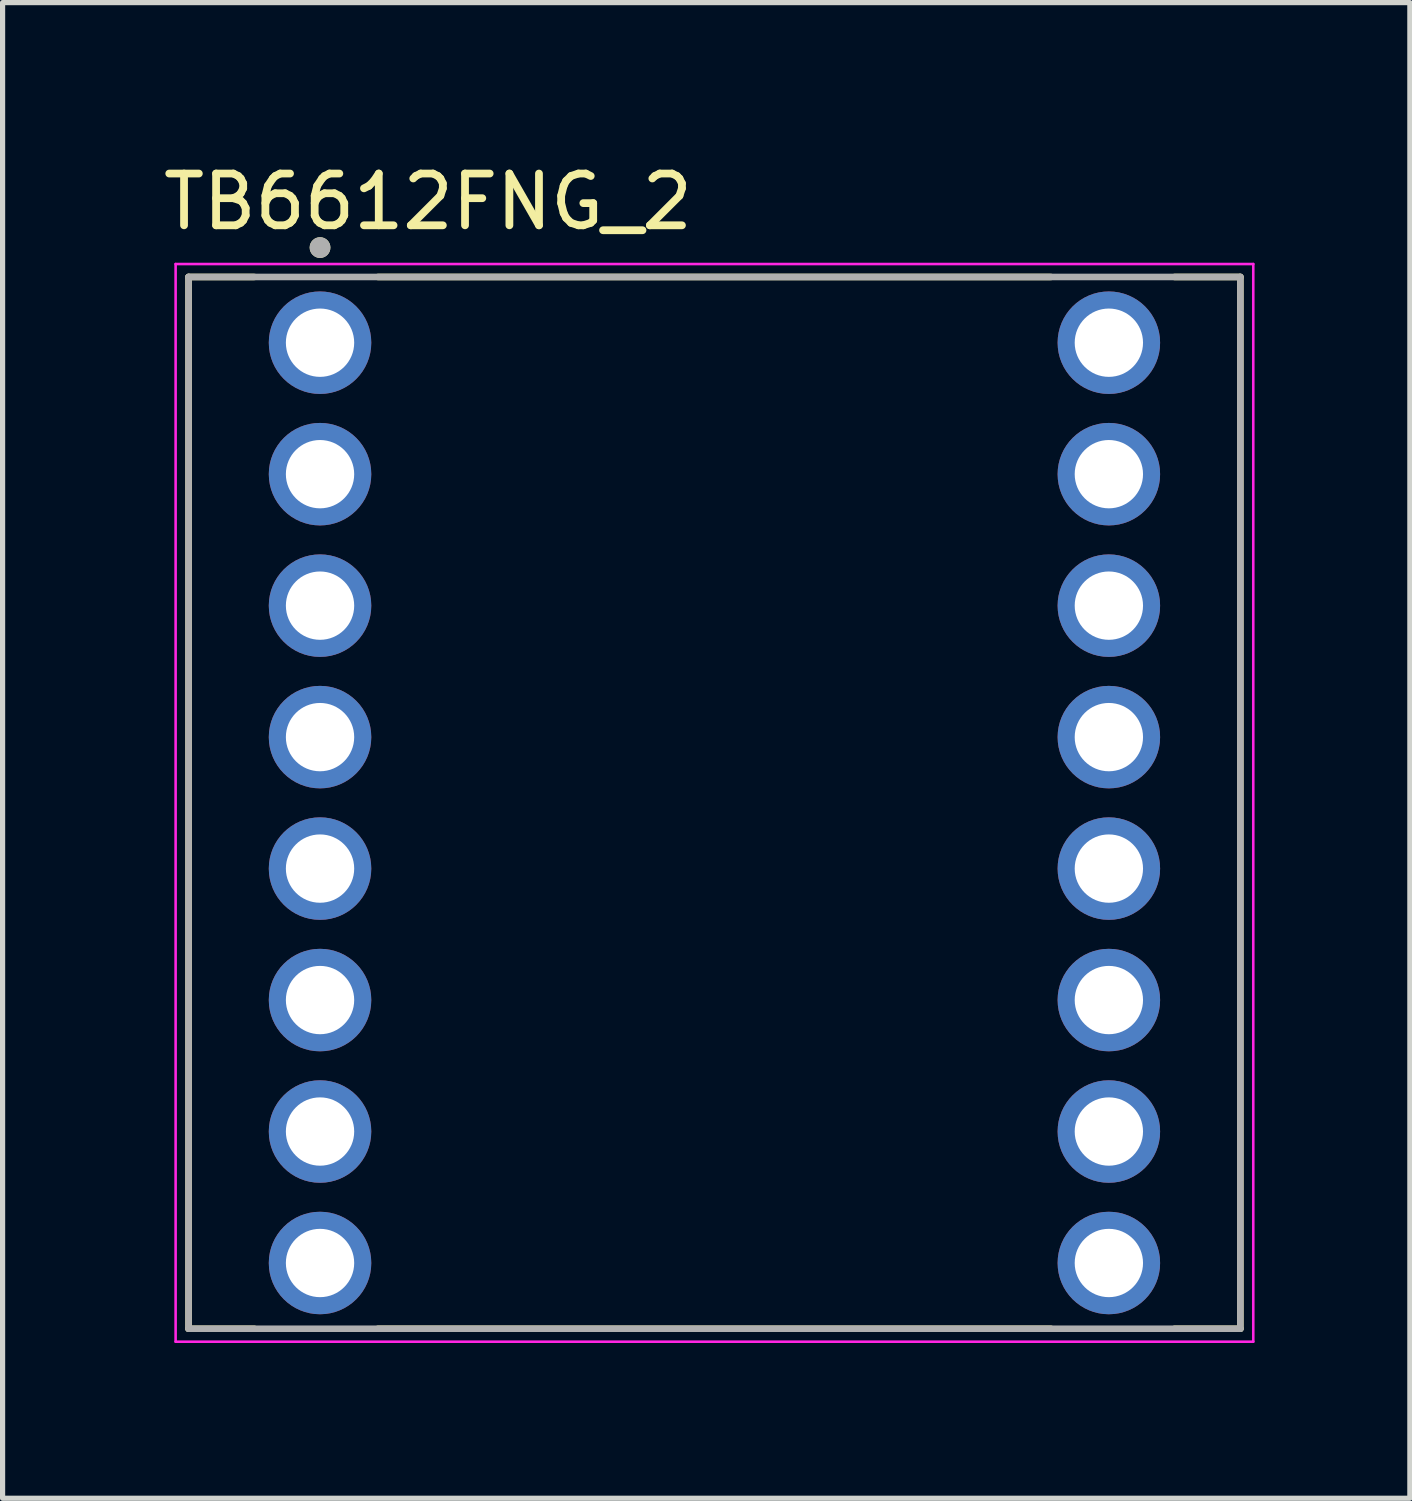
<source format=kicad_pcb>
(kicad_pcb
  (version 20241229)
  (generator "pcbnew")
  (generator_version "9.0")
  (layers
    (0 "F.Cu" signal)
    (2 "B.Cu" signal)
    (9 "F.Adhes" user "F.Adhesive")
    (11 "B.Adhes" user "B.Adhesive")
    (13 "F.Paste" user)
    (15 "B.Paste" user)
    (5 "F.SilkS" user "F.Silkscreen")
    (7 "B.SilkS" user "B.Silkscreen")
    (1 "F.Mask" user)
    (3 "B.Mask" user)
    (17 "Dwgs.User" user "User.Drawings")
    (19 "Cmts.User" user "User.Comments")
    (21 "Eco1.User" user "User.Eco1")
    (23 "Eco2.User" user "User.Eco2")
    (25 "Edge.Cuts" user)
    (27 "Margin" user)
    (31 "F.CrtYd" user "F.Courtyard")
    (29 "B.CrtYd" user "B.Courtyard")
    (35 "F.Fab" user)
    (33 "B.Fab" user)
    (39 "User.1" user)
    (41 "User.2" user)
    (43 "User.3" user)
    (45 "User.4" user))
  (footprint "TB6612FNG_2"
    (layer "F.Cu")
    (at 10.753 12.461)
    (property "Reference" "TB6612FNG_2" (at -5.533 -11.613 0) (layer "F.SilkS") (effects (font (size 1 1) (thickness 0.15))))
    (attr through_hole)
    (fp_line (start -10.16 -10.16) (end -10.16 10.16) (stroke (width 0.127) (type solid)) (layer "F.SilkS"))
    (fp_line (start -8.89 -10.16) (end -10.16 -10.16) (stroke (width 0.127) (type solid)) (layer "F.SilkS"))
    (fp_line (start -8.89 10.16) (end -10.16 10.16) (stroke (width 0.127) (type solid)) (layer "F.SilkS"))
    (fp_line (start -6.5 -10.16) (end 6.5 -10.16) (stroke (width 0.127) (type solid)) (layer "F.SilkS"))
    (fp_line (start -6.5 10.16) (end 6.5 10.16) (stroke (width 0.127) (type solid)) (layer "F.SilkS"))
    (fp_line (start 8.89 -10.16) (end 10.16 -10.16) (stroke (width 0.127) (type solid)) (layer "F.SilkS"))
    (fp_line (start 8.89 10.16) (end 10.16 10.16) (stroke (width 0.127) (type solid)) (layer "F.SilkS"))
    (fp_line (start 10.16 10.16) (end 10.16 -10.16) (stroke (width 0.127) (type solid)) (layer "F.SilkS"))
    (fp_circle (center -7.62 -10.728) (end -7.52 -10.728) (stroke (width 0.2) (type solid)) (fill no) (layer "F.SilkS"))
    (fp_line (start -10.41 -10.41) (end -10.41 10.41) (stroke (width 0.05) (type solid)) (layer "F.CrtYd"))
    (fp_line (start -10.41 10.41) (end 10.41 10.41) (stroke (width 0.05) (type solid)) (layer "F.CrtYd"))
    (fp_line (start 10.41 -10.41) (end -10.41 -10.41) (stroke (width 0.05) (type solid)) (layer "F.CrtYd"))
    (fp_line (start 10.41 10.41) (end 10.41 -10.41) (stroke (width 0.05) (type solid)) (layer "F.CrtYd"))
    (fp_line (start -10.16 -10.16) (end -10.16 10.16) (stroke (width 0.127) (type solid)) (layer "F.Fab"))
    (fp_line (start -10.16 10.16) (end 10.16 10.16) (stroke (width 0.127) (type solid)) (layer "F.Fab"))
    (fp_line (start 10.16 -10.16) (end -10.16 -10.16) (stroke (width 0.127) (type solid)) (layer "F.Fab"))
    (fp_line (start 10.16 10.16) (end 10.16 -10.16) (stroke (width 0.127) (type solid)) (layer "F.Fab"))
    (fp_circle (center -7.62 -10.728) (end -7.52 -10.728) (stroke (width 0.2) (type solid)) (fill no) (layer "F.Fab"))
    (pad "1" thru_hole circle (at -7.62 -8.89) (size 1.98 1.98) (drill 1.32) (layers "*.Cu" "*.Mask"))
    (pad "2" thru_hole circle (at -7.62 -6.35) (size 1.98 1.98) (drill 1.32) (layers "*.Cu" "*.Mask"))
    (pad "3" thru_hole circle (at -7.62 -3.81) (size 1.98 1.98) (drill 1.32) (layers "*.Cu" "*.Mask"))
    (pad "4" thru_hole circle (at -7.62 -1.27) (size 1.98 1.98) (drill 1.32) (layers "*.Cu" "*.Mask"))
    (pad "5" thru_hole circle (at -7.62 1.27) (size 1.98 1.98) (drill 1.32) (layers "*.Cu" "*.Mask"))
    (pad "6" thru_hole circle (at -7.62 3.81) (size 1.98 1.98) (drill 1.32) (layers "*.Cu" "*.Mask"))
    (pad "7" thru_hole circle (at -7.62 6.35) (size 1.98 1.98) (drill 1.32) (layers "*.Cu" "*.Mask"))
    (pad "8" thru_hole circle (at -7.62 8.89) (size 1.98 1.98) (drill 1.32) (layers "*.Cu" "*.Mask"))
    (pad "9" thru_hole circle (at 7.62 8.89) (size 1.98 1.98) (drill 1.32) (layers "*.Cu" "*.Mask"))
    (pad "10" thru_hole circle (at 7.62 6.35) (size 1.98 1.98) (drill 1.32) (layers "*.Cu" "*.Mask"))
    (pad "11" thru_hole circle (at 7.62 3.81) (size 1.98 1.98) (drill 1.32) (layers "*.Cu" "*.Mask"))
    (pad "12" thru_hole circle (at 7.62 1.27) (size 1.98 1.98) (drill 1.32) (layers "*.Cu" "*.Mask"))
    (pad "13" thru_hole circle (at 7.62 -1.27) (size 1.98 1.98) (drill 1.32) (layers "*.Cu" "*.Mask"))
    (pad "14" thru_hole circle (at 7.62 -3.81) (size 1.98 1.98) (drill 1.32) (layers "*.Cu" "*.Mask"))
    (pad "15" thru_hole circle (at 7.62 -6.35) (size 1.98 1.98) (drill 1.32) (layers "*.Cu" "*.Mask"))
    (pad "16" thru_hole circle (at 7.62 -8.89) (size 1.98 1.98) (drill 1.32) (layers "*.Cu" "*.Mask")))
  (gr_rect
    (start -3 -3)
    (end 24.188 25.896)
    (stroke (width 0.1) (type default))
    (fill no)
    (layer "Edge.Cuts")))
</source>
